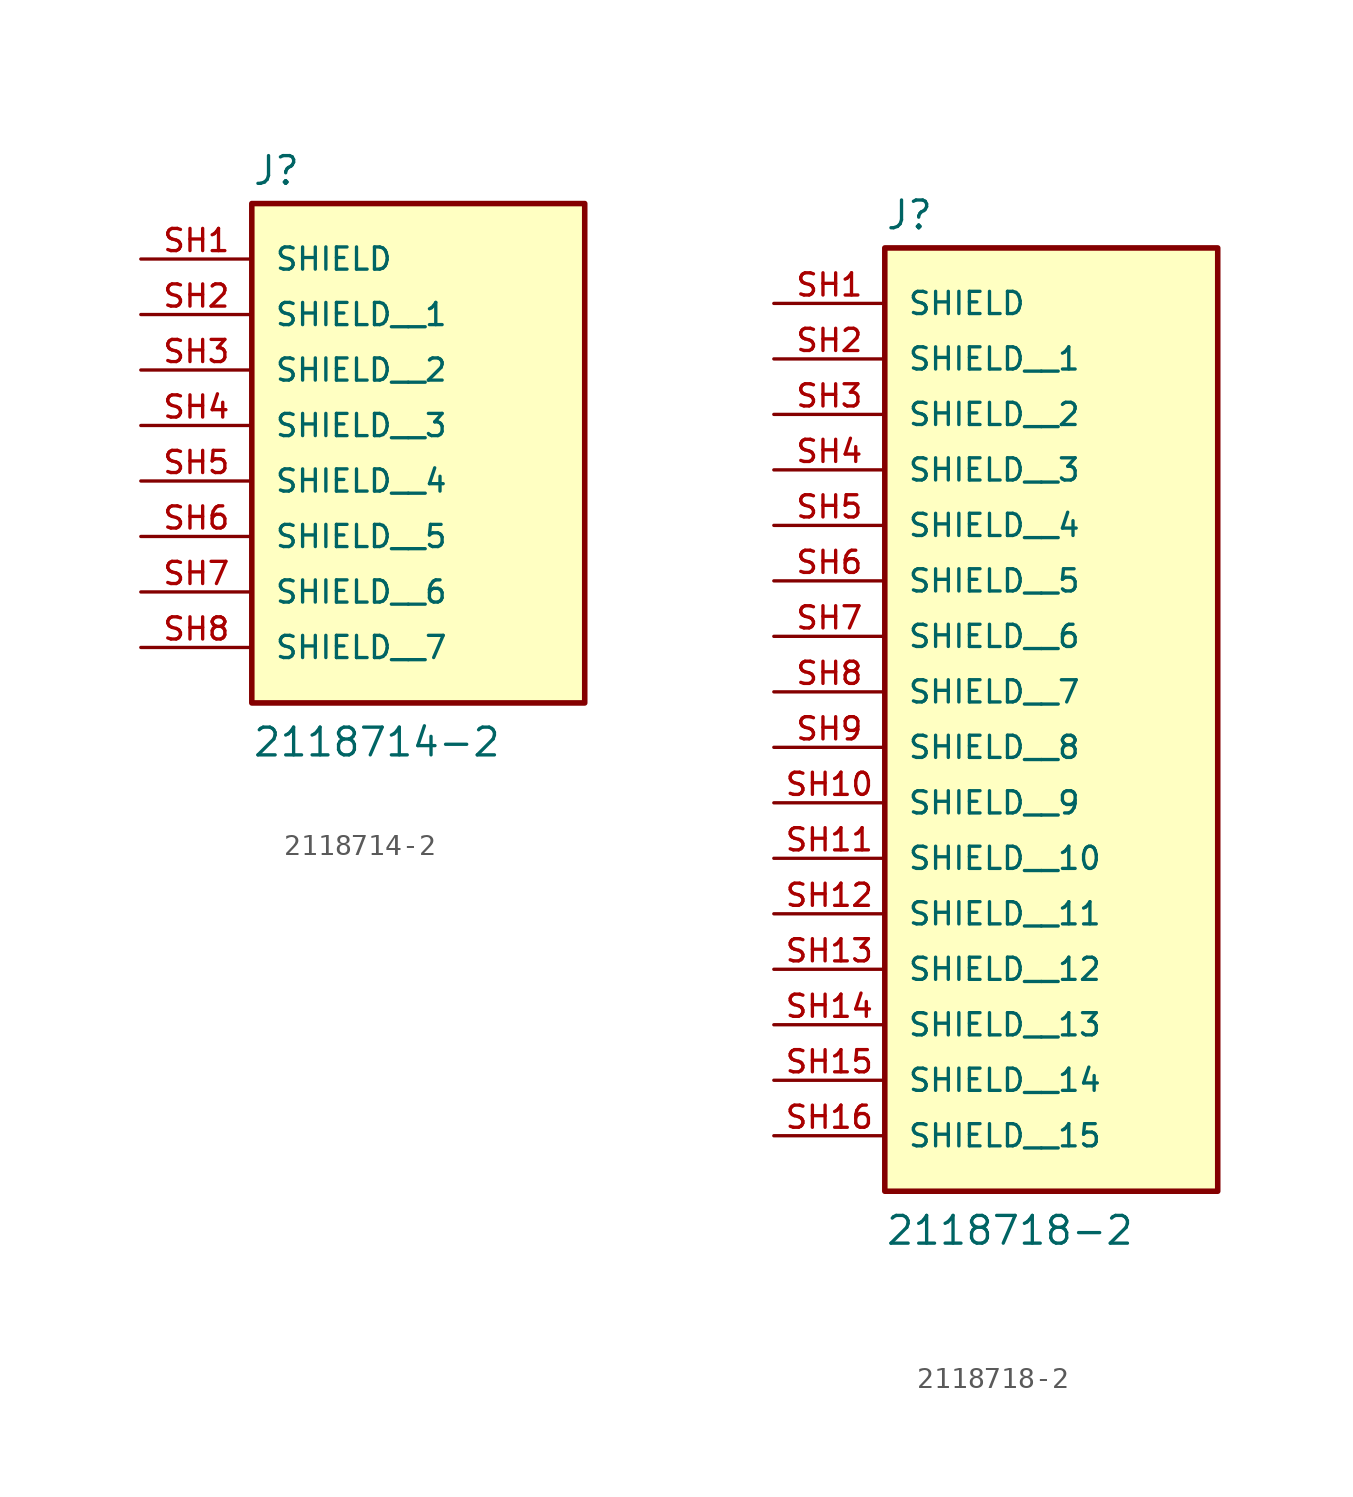
<source format=kicad_sym>
(kicad_symbol_lib
  (version 20241209)
  (generator "kicad_symbol_editor")
  (generator_version "9.0")
  (symbol "2118714-2"
    (pin_names
      (offset 1.016))
    (property "Reference" "J"
      (at -7.62 3.302 0)
      (effects (font (size 1.27 1.27)) (justify left bottom)))
    (property "Value" "2118714-2"
      (at -7.62 -22.86 0)
      (effects (font (size 1.27 1.27)) (justify left bottom)))
    (symbol "2118714-2_0_0"
      (rectangle (start -7.62 -20.32) (end 7.62 2.54) (stroke (width 0.254) (type default)) (fill (type background)))
      (pin passive line (at -12.7 0 0) (length 5.08) (name "SHIELD" (effects (font (size 1.016 1.016)))) (number "SH1" (effects (font (size 1.016 1.016)))))
      (pin passive line (at -12.7 -2.54 0) (length 5.08) (name "SHIELD__1" (effects (font (size 1.016 1.016)))) (number "SH2" (effects (font (size 1.016 1.016)))))
      (pin passive line (at -12.7 -5.08 0) (length 5.08) (name "SHIELD__2" (effects (font (size 1.016 1.016)))) (number "SH3" (effects (font (size 1.016 1.016)))))
      (pin passive line (at -12.7 -7.62 0) (length 5.08) (name "SHIELD__3" (effects (font (size 1.016 1.016)))) (number "SH4" (effects (font (size 1.016 1.016)))))
      (pin passive line (at -12.7 -10.16 0) (length 5.08) (name "SHIELD__4" (effects (font (size 1.016 1.016)))) (number "SH5" (effects (font (size 1.016 1.016)))))
      (pin passive line (at -12.7 -12.7 0) (length 5.08) (name "SHIELD__5" (effects (font (size 1.016 1.016)))) (number "SH6" (effects (font (size 1.016 1.016)))))
      (pin passive line (at -12.7 -15.24 0) (length 5.08) (name "SHIELD__6" (effects (font (size 1.016 1.016)))) (number "SH7" (effects (font (size 1.016 1.016)))))
      (pin passive line (at -12.7 -17.78 0) (length 5.08) (name "SHIELD__7" (effects (font (size 1.016 1.016)))) (number "SH8" (effects (font (size 1.016 1.016)))))))
  (symbol "2118718-2"
    (pin_names
      (offset 1.016))
    (property "Reference" "J"
      (at -7.62 3.302 0)
      (effects (font (size 1.27 1.27)) (justify left bottom)))
    (property "Value" "2118718-2"
      (at -7.62 -43.18 0)
      (effects (font (size 1.27 1.27)) (justify left bottom)))
    (symbol "2118718-2_0_0"
      (rectangle (start -7.62 -40.64) (end 7.62 2.54) (stroke (width 0.254) (type default)) (fill (type background)))
      (pin passive line (at -12.7 0 0) (length 5.08) (name "SHIELD" (effects (font (size 1.016 1.016)))) (number "SH1" (effects (font (size 1.016 1.016)))))
      (pin passive line (at -12.7 -2.54 0) (length 5.08) (name "SHIELD__1" (effects (font (size 1.016 1.016)))) (number "SH2" (effects (font (size 1.016 1.016)))))
      (pin passive line (at -12.7 -5.08 0) (length 5.08) (name "SHIELD__2" (effects (font (size 1.016 1.016)))) (number "SH3" (effects (font (size 1.016 1.016)))))
      (pin passive line (at -12.7 -7.62 0) (length 5.08) (name "SHIELD__3" (effects (font (size 1.016 1.016)))) (number "SH4" (effects (font (size 1.016 1.016)))))
      (pin passive line (at -12.7 -10.16 0) (length 5.08) (name "SHIELD__4" (effects (font (size 1.016 1.016)))) (number "SH5" (effects (font (size 1.016 1.016)))))
      (pin passive line (at -12.7 -12.7 0) (length 5.08) (name "SHIELD__5" (effects (font (size 1.016 1.016)))) (number "SH6" (effects (font (size 1.016 1.016)))))
      (pin passive line (at -12.7 -15.24 0) (length 5.08) (name "SHIELD__6" (effects (font (size 1.016 1.016)))) (number "SH7" (effects (font (size 1.016 1.016)))))
      (pin passive line (at -12.7 -17.78 0) (length 5.08) (name "SHIELD__7" (effects (font (size 1.016 1.016)))) (number "SH8" (effects (font (size 1.016 1.016)))))
      (pin passive line (at -12.7 -20.32 0) (length 5.08) (name "SHIELD__8" (effects (font (size 1.016 1.016)))) (number "SH9" (effects (font (size 1.016 1.016)))))
      (pin passive line (at -12.7 -22.86 0) (length 5.08) (name "SHIELD__9" (effects (font (size 1.016 1.016)))) (number "SH10" (effects (font (size 1.016 1.016)))))
      (pin passive line (at -12.7 -25.4 0) (length 5.08) (name "SHIELD__10" (effects (font (size 1.016 1.016)))) (number "SH11" (effects (font (size 1.016 1.016)))))
      (pin passive line (at -12.7 -27.94 0) (length 5.08) (name "SHIELD__11" (effects (font (size 1.016 1.016)))) (number "SH12" (effects (font (size 1.016 1.016)))))
      (pin passive line (at -12.7 -30.48 0) (length 5.08) (name "SHIELD__12" (effects (font (size 1.016 1.016)))) (number "SH13" (effects (font (size 1.016 1.016)))))
      (pin passive line (at -12.7 -33.02 0) (length 5.08) (name "SHIELD__13" (effects (font (size 1.016 1.016)))) (number "SH14" (effects (font (size 1.016 1.016)))))
      (pin passive line (at -12.7 -35.56 0) (length 5.08) (name "SHIELD__14" (effects (font (size 1.016 1.016)))) (number "SH15" (effects (font (size 1.016 1.016)))))
      (pin passive line (at -12.7 -38.1 0) (length 5.08) (name "SHIELD__15" (effects (font (size 1.016 1.016)))) (number "SH16" (effects (font (size 1.016 1.016))))))))
</source>
